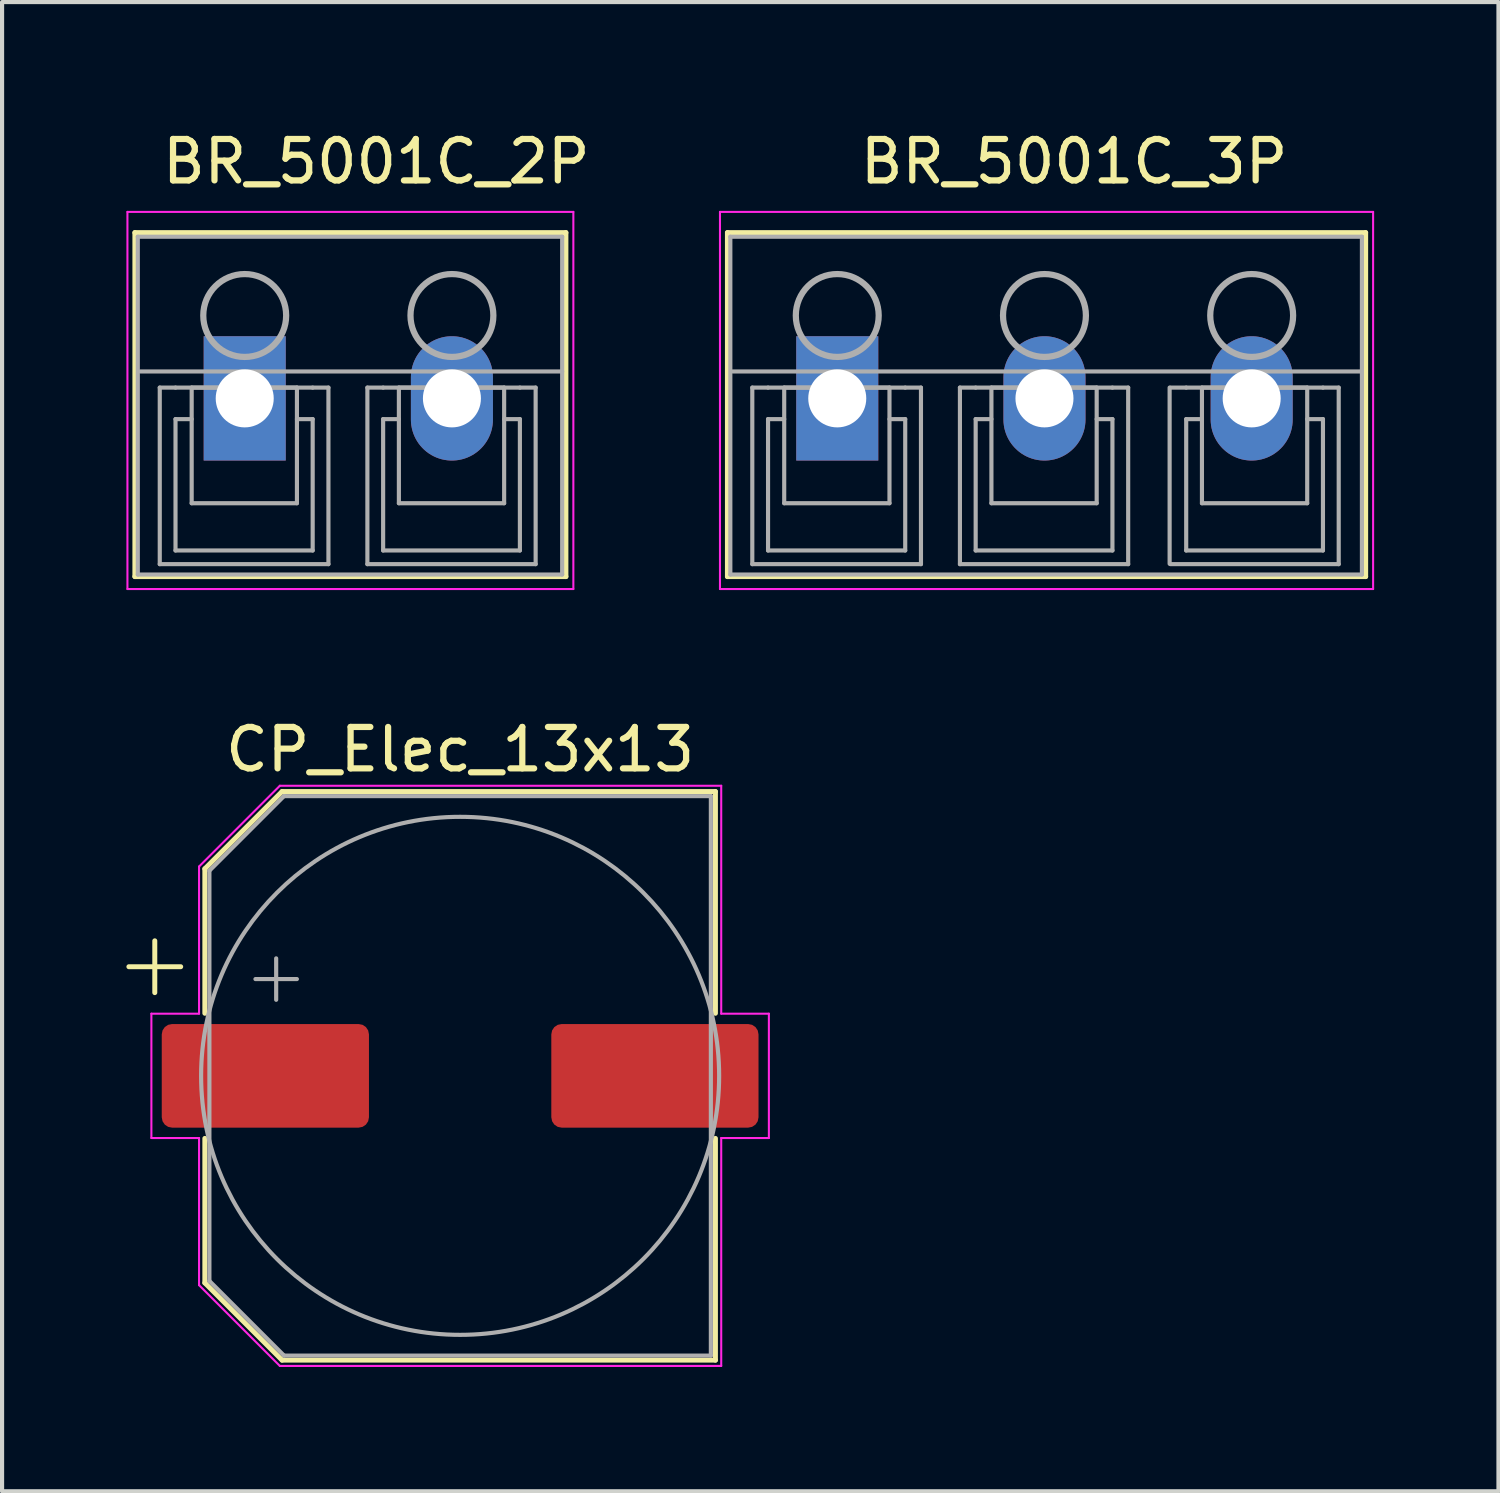
<source format=kicad_pcb>
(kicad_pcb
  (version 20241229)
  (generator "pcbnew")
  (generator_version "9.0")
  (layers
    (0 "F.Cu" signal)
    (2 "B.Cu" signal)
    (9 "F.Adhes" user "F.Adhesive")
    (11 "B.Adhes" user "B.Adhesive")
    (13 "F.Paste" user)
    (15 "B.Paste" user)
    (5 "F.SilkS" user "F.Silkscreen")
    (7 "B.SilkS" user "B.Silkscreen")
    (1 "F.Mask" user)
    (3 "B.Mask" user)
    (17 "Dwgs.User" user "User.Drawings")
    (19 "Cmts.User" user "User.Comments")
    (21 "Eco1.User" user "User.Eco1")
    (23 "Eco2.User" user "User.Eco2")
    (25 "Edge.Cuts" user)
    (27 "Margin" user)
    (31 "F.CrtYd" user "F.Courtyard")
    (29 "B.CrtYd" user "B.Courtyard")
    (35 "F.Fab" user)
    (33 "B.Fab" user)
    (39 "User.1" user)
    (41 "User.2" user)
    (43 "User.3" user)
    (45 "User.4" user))
  (footprint "BR_5001C_2P"
    (layer "F.Cu")
    (at 2.855 6.563)
    (property "Reference" "BR_5001C_2P" (at 3.175 -5.715 0) (layer "F.SilkS") (effects (font (size 1 1) (thickness 0.15))))
    (attr through_hole)
    (fp_line (start -2.65 -4) (end -2.65 4.3) (stroke (width 0.12) (type solid)) (layer "F.SilkS"))
    (fp_line (start -2.65 4.3) (end 7.75 4.3) (stroke (width 0.12) (type solid)) (layer "F.SilkS"))
    (fp_line (start 7.75 -4) (end -2.65 -4) (stroke (width 0.12) (type solid)) (layer "F.SilkS"))
    (fp_line (start 7.75 4.3) (end 7.75 -4) (stroke (width 0.12) (type solid)) (layer "F.SilkS"))
    (fp_line (start -2.83 -4.5) (end -2.83 4.6) (stroke (width 0.05) (type solid)) (layer "F.CrtYd"))
    (fp_line (start -2.83 -4.5) (end 7.93 -4.5) (stroke (width 0.05) (type solid)) (layer "F.CrtYd"))
    (fp_line (start 7.93 4.6) (end -2.83 4.6) (stroke (width 0.05) (type solid)) (layer "F.CrtYd"))
    (fp_line (start 7.93 4.6) (end 7.93 -4.5) (stroke (width 0.05) (type solid)) (layer "F.CrtYd"))
    (fp_line (start -2.58 -3.9) (end 7.66 -3.9) (stroke (width 0.1) (type solid)) (layer "F.Fab"))
    (fp_line (start -2.58 4.25) (end -2.58 -3.9) (stroke (width 0.1) (type solid)) (layer "F.Fab"))
    (fp_line (start -2.58 4.25) (end 7.66 4.25) (stroke (width 0.1) (type solid)) (layer "F.Fab"))
    (fp_line (start -2.05 -0.26) (end -2.05 4) (stroke (width 0.1) (type solid)) (layer "F.Fab"))
    (fp_line (start -2.05 -0.26) (end -1.67 -0.26) (stroke (width 0.1) (type solid)) (layer "F.Fab"))
    (fp_line (start -1.67 0.5) (end -1.28 0.5) (stroke (width 0.1) (type solid)) (layer "F.Fab"))
    (fp_line (start -1.67 3.67) (end -1.67 0.5) (stroke (width 0.1) (type solid)) (layer "F.Fab"))
    (fp_line (start -1.28 -0.26) (end 1.26 -0.26) (stroke (width 0.1) (type solid)) (layer "F.Fab"))
    (fp_line (start -1.28 2.53) (end -1.28 -0.26) (stroke (width 0.1) (type solid)) (layer "F.Fab"))
    (fp_line (start -1.28 2.53) (end 1.26 2.53) (stroke (width 0.1) (type solid)) (layer "F.Fab"))
    (fp_line (start 1.26 2.53) (end 1.26 -0.26) (stroke (width 0.1) (type solid)) (layer "F.Fab"))
    (fp_line (start 1.64 -0.26) (end -1.67 -0.26) (stroke (width 0.1) (type solid)) (layer "F.Fab"))
    (fp_line (start 1.64 0.5) (end 1.26 0.5) (stroke (width 0.1) (type solid)) (layer "F.Fab"))
    (fp_line (start 1.64 3.67) (end -1.67 3.67) (stroke (width 0.1) (type solid)) (layer "F.Fab"))
    (fp_line (start 1.64 3.67) (end 1.64 0.5) (stroke (width 0.1) (type solid)) (layer "F.Fab"))
    (fp_line (start 2.02 -0.26) (end 1.64 -0.26) (stroke (width 0.1) (type solid)) (layer "F.Fab"))
    (fp_line (start 2.02 4) (end -2.05 4) (stroke (width 0.1) (type solid)) (layer "F.Fab"))
    (fp_line (start 2.02 4) (end 2.02 -0.26) (stroke (width 0.1) (type solid)) (layer "F.Fab"))
    (fp_line (start 2.96 -0.26) (end 3.34 -0.26) (stroke (width 0.1) (type solid)) (layer "F.Fab"))
    (fp_line (start 2.96 4) (end 2.96 -0.26) (stroke (width 0.1) (type solid)) (layer "F.Fab"))
    (fp_line (start 2.96 4) (end 7.02 4) (stroke (width 0.1) (type solid)) (layer "F.Fab"))
    (fp_line (start 3.34 -0.26) (end 6.64 -0.26) (stroke (width 0.1) (type solid)) (layer "F.Fab"))
    (fp_line (start 3.34 0.5) (end 3.72 0.5) (stroke (width 0.1) (type solid)) (layer "F.Fab"))
    (fp_line (start 3.34 3.67) (end 3.34 0.5) (stroke (width 0.1) (type solid)) (layer "F.Fab"))
    (fp_line (start 3.72 -0.26) (end 6.26 -0.26) (stroke (width 0.1) (type solid)) (layer "F.Fab"))
    (fp_line (start 3.72 2.53) (end 3.72 -0.26) (stroke (width 0.1) (type solid)) (layer "F.Fab"))
    (fp_line (start 3.72 2.53) (end 6.26 2.53) (stroke (width 0.1) (type solid)) (layer "F.Fab"))
    (fp_line (start 6.26 2.53) (end 6.26 -0.26) (stroke (width 0.1) (type solid)) (layer "F.Fab"))
    (fp_line (start 6.64 0.5) (end 6.26 0.5) (stroke (width 0.1) (type solid)) (layer "F.Fab"))
    (fp_line (start 6.64 3.67) (end 3.34 3.67) (stroke (width 0.1) (type solid)) (layer "F.Fab"))
    (fp_line (start 6.64 3.67) (end 6.64 0.5) (stroke (width 0.1) (type solid)) (layer "F.Fab"))
    (fp_line (start 7.02 -0.26) (end 6.64 -0.26) (stroke (width 0.1) (type solid)) (layer "F.Fab"))
    (fp_line (start 7.02 -0.26) (end 7.02 4) (stroke (width 0.1) (type solid)) (layer "F.Fab"))
    (fp_line (start 7.66 -3.9) (end 7.66 4.25) (stroke (width 0.1) (type solid)) (layer "F.Fab"))
    (fp_line (start 7.66 -0.65) (end -2.52 -0.65) (stroke (width 0.1) (type solid)) (layer "F.Fab"))
    (fp_circle (center 0 -2) (end 1 -2) (stroke (width 0.15) (type solid)) (fill no) (layer "F.Fab"))
    (fp_circle (center 5 -2) (end 6 -2) (stroke (width 0.15) (type solid)) (fill no) (layer "F.Fab"))
    (pad "1" thru_hole rect (at 0 0) (size 1.98 3) (drill 1.4) (layers "*.Cu" "*.Mask"))
    (pad "2" thru_hole oval (at 5 0) (size 1.98 3) (drill 1.4) (layers "*.Cu" "*.Mask")))
  (footprint "CP_Elec_13x13"
    (layer "F.Cu")
    (at 8.053 22.91)
    (property "Reference" "CP_Elec_13x13" (at 0 -7.874 0) (layer "F.SilkS") (effects (font (size 1 1) (thickness 0.15))))
    (attr smd)
    (fp_line (start -7.993 -2.633) (end -6.743 -2.633) (stroke (width 0.12) (type solid)) (layer "F.SilkS"))
    (fp_line (start -7.368 -3.258) (end -7.368 -2.008) (stroke (width 0.12) (type solid)) (layer "F.SilkS"))
    (fp_line (start -6.16 -4.996) (end -6.16 -1.51) (stroke (width 0.12) (type solid)) (layer "F.SilkS"))
    (fp_line (start -6.16 -4.996) (end -4.296 -6.86) (stroke (width 0.12) (type solid)) (layer "F.SilkS"))
    (fp_line (start -6.16 4.996) (end -6.16 1.51) (stroke (width 0.12) (type solid)) (layer "F.SilkS"))
    (fp_line (start -6.16 4.996) (end -4.296 6.86) (stroke (width 0.12) (type solid)) (layer "F.SilkS"))
    (fp_line (start -4.296 -6.86) (end 6.16 -6.86) (stroke (width 0.12) (type solid)) (layer "F.SilkS"))
    (fp_line (start -4.296 6.86) (end 6.16 6.86) (stroke (width 0.12) (type solid)) (layer "F.SilkS"))
    (fp_line (start 6.16 -6.86) (end 6.16 -1.51) (stroke (width 0.12) (type solid)) (layer "F.SilkS"))
    (fp_line (start 6.16 6.86) (end 6.16 1.51) (stroke (width 0.12) (type solid)) (layer "F.SilkS"))
    (fp_line (start -7.45 -1.5) (end -7.45 1.5) (stroke (width 0.05) (type solid)) (layer "F.CrtYd"))
    (fp_line (start -7.45 1.5) (end -6.3 1.5) (stroke (width 0.05) (type solid)) (layer "F.CrtYd"))
    (fp_line (start -6.3 -5.05) (end -6.3 -1.5) (stroke (width 0.05) (type solid)) (layer "F.CrtYd"))
    (fp_line (start -6.3 -5.05) (end -4.35 -7) (stroke (width 0.05) (type solid)) (layer "F.CrtYd"))
    (fp_line (start -6.3 -1.5) (end -7.45 -1.5) (stroke (width 0.05) (type solid)) (layer "F.CrtYd"))
    (fp_line (start -6.3 1.5) (end -6.3 5.05) (stroke (width 0.05) (type solid)) (layer "F.CrtYd"))
    (fp_line (start -6.3 5.05) (end -4.35 7) (stroke (width 0.05) (type solid)) (layer "F.CrtYd"))
    (fp_line (start -4.35 -7) (end 6.3 -7) (stroke (width 0.05) (type solid)) (layer "F.CrtYd"))
    (fp_line (start -4.35 7) (end 6.3 7) (stroke (width 0.05) (type solid)) (layer "F.CrtYd"))
    (fp_line (start 6.3 -7) (end 6.3 -1.5) (stroke (width 0.05) (type solid)) (layer "F.CrtYd"))
    (fp_line (start 6.3 -1.5) (end 7.45 -1.5) (stroke (width 0.05) (type solid)) (layer "F.CrtYd"))
    (fp_line (start 6.3 1.5) (end 6.3 7) (stroke (width 0.05) (type solid)) (layer "F.CrtYd"))
    (fp_line (start 7.45 -1.5) (end 7.45 1.5) (stroke (width 0.05) (type solid)) (layer "F.CrtYd"))
    (fp_line (start 7.45 1.5) (end 6.3 1.5) (stroke (width 0.05) (type solid)) (layer "F.CrtYd"))
    (fp_line (start -6.05 -4.95) (end -6.05 4.95) (stroke (width 0.1) (type solid)) (layer "F.Fab"))
    (fp_line (start -6.05 -4.95) (end -4.25 -6.75) (stroke (width 0.1) (type solid)) (layer "F.Fab"))
    (fp_line (start -6.05 4.95) (end -4.25 6.75) (stroke (width 0.1) (type solid)) (layer "F.Fab"))
    (fp_line (start -4.939 -2.335) (end -3.939 -2.335) (stroke (width 0.1) (type solid)) (layer "F.Fab"))
    (fp_line (start -4.439 -2.835) (end -4.439 -1.835) (stroke (width 0.1) (type solid)) (layer "F.Fab"))
    (fp_line (start -4.25 -6.75) (end 6.05 -6.75) (stroke (width 0.1) (type solid)) (layer "F.Fab"))
    (fp_line (start -4.25 6.75) (end 6.05 6.75) (stroke (width 0.1) (type solid)) (layer "F.Fab"))
    (fp_line (start 6.05 -6.75) (end 6.05 6.75) (stroke (width 0.1) (type solid)) (layer "F.Fab"))
    (fp_circle (center 0 0) (end 6.25 0) (stroke (width 0.1) (type solid)) (fill no) (layer "F.Fab"))
    (pad "1" smd roundrect (at -4.7 0) (size 5 2.5) (layers "F.Cu" "F.Mask" "F.Paste") (roundrect_rratio 0.1))
    (pad "2" smd roundrect (at 4.7 0) (size 5 2.5) (layers "F.Cu" "F.Mask" "F.Paste") (roundrect_rratio 0.1)))
  (footprint "BR_5001C_3P"
    (layer "F.Cu")
    (at 17.153 6.563)
    (property "Reference" "BR_5001C_3P" (at 5.715 -5.715 0) (layer "F.SilkS") (effects (font (size 1 1) (thickness 0.15))))
    (attr through_hole)
    (fp_line (start -2.65 -4) (end -2.65 4.3) (stroke (width 0.12) (type solid)) (layer "F.SilkS"))
    (fp_line (start -2.65 4.3) (end 12.75 4.3) (stroke (width 0.12) (type solid)) (layer "F.SilkS"))
    (fp_line (start 12.75 -4) (end -2.65 -4) (stroke (width 0.12) (type solid)) (layer "F.SilkS"))
    (fp_line (start 12.75 4.3) (end 12.75 -4) (stroke (width 0.12) (type solid)) (layer "F.SilkS"))
    (fp_line (start -2.83 -4.5) (end -2.83 4.6) (stroke (width 0.05) (type solid)) (layer "F.CrtYd"))
    (fp_line (start -2.83 -4.5) (end 12.93 -4.5) (stroke (width 0.05) (type solid)) (layer "F.CrtYd"))
    (fp_line (start 12.93 4.6) (end -2.83 4.6) (stroke (width 0.05) (type solid)) (layer "F.CrtYd"))
    (fp_line (start 12.93 4.6) (end 12.93 -4.5) (stroke (width 0.05) (type solid)) (layer "F.CrtYd"))
    (fp_line (start -2.58 -3.9) (end 12.66 -3.9) (stroke (width 0.1) (type solid)) (layer "F.Fab"))
    (fp_line (start -2.58 4.25) (end -2.58 -3.9) (stroke (width 0.1) (type solid)) (layer "F.Fab"))
    (fp_line (start -2.58 4.25) (end 12.66 4.25) (stroke (width 0.1) (type solid)) (layer "F.Fab"))
    (fp_line (start -2.05 -0.26) (end -2.05 4) (stroke (width 0.1) (type solid)) (layer "F.Fab"))
    (fp_line (start -2.05 -0.26) (end -1.67 -0.26) (stroke (width 0.1) (type solid)) (layer "F.Fab"))
    (fp_line (start -1.67 0.5) (end -1.28 0.5) (stroke (width 0.1) (type solid)) (layer "F.Fab"))
    (fp_line (start -1.67 3.67) (end -1.67 0.5) (stroke (width 0.1) (type solid)) (layer "F.Fab"))
    (fp_line (start -1.28 -0.26) (end 1.26 -0.26) (stroke (width 0.1) (type solid)) (layer "F.Fab"))
    (fp_line (start -1.28 2.53) (end -1.28 -0.26) (stroke (width 0.1) (type solid)) (layer "F.Fab"))
    (fp_line (start -1.28 2.53) (end 1.26 2.53) (stroke (width 0.1) (type solid)) (layer "F.Fab"))
    (fp_line (start 1.26 2.53) (end 1.26 -0.26) (stroke (width 0.1) (type solid)) (layer "F.Fab"))
    (fp_line (start 1.64 -0.26) (end -1.67 -0.26) (stroke (width 0.1) (type solid)) (layer "F.Fab"))
    (fp_line (start 1.64 0.5) (end 1.26 0.5) (stroke (width 0.1) (type solid)) (layer "F.Fab"))
    (fp_line (start 1.64 3.67) (end -1.67 3.67) (stroke (width 0.1) (type solid)) (layer "F.Fab"))
    (fp_line (start 1.64 3.67) (end 1.64 0.5) (stroke (width 0.1) (type solid)) (layer "F.Fab"))
    (fp_line (start 2.02 -0.26) (end 1.64 -0.26) (stroke (width 0.1) (type solid)) (layer "F.Fab"))
    (fp_line (start 2.02 4) (end -2.05 4) (stroke (width 0.1) (type solid)) (layer "F.Fab"))
    (fp_line (start 2.02 4) (end 2.02 -0.26) (stroke (width 0.1) (type solid)) (layer "F.Fab"))
    (fp_line (start 2.96 -0.26) (end 3.34 -0.26) (stroke (width 0.1) (type solid)) (layer "F.Fab"))
    (fp_line (start 2.96 4) (end 2.96 -0.26) (stroke (width 0.1) (type solid)) (layer "F.Fab"))
    (fp_line (start 2.96 4) (end 7.02 4) (stroke (width 0.1) (type solid)) (layer "F.Fab"))
    (fp_line (start 3.34 -0.26) (end 6.64 -0.26) (stroke (width 0.1) (type solid)) (layer "F.Fab"))
    (fp_line (start 3.34 0.5) (end 3.72 0.5) (stroke (width 0.1) (type solid)) (layer "F.Fab"))
    (fp_line (start 3.34 3.67) (end 3.34 0.5) (stroke (width 0.1) (type solid)) (layer "F.Fab"))
    (fp_line (start 3.72 -0.26) (end 6.26 -0.26) (stroke (width 0.1) (type solid)) (layer "F.Fab"))
    (fp_line (start 3.72 2.53) (end 3.72 -0.26) (stroke (width 0.1) (type solid)) (layer "F.Fab"))
    (fp_line (start 3.72 2.53) (end 6.26 2.53) (stroke (width 0.1) (type solid)) (layer "F.Fab"))
    (fp_line (start 6.26 2.53) (end 6.26 -0.26) (stroke (width 0.1) (type solid)) (layer "F.Fab"))
    (fp_line (start 6.64 0.5) (end 6.26 0.5) (stroke (width 0.1) (type solid)) (layer "F.Fab"))
    (fp_line (start 6.64 3.67) (end 3.34 3.67) (stroke (width 0.1) (type solid)) (layer "F.Fab"))
    (fp_line (start 6.64 3.67) (end 6.64 0.5) (stroke (width 0.1) (type solid)) (layer "F.Fab"))
    (fp_line (start 7.02 -0.26) (end 6.64 -0.26) (stroke (width 0.1) (type solid)) (layer "F.Fab"))
    (fp_line (start 7.02 -0.26) (end 7.02 4) (stroke (width 0.1) (type solid)) (layer "F.Fab"))
    (fp_line (start 8.02 3.99) (end 8.02 -0.26) (stroke (width 0.1) (type solid)) (layer "F.Fab"))
    (fp_line (start 8.04 -0.26) (end 8.42 -0.26) (stroke (width 0.1) (type solid)) (layer "F.Fab"))
    (fp_line (start 8.04 4) (end 12.1 4) (stroke (width 0.1) (type solid)) (layer "F.Fab"))
    (fp_line (start 8.42 -0.26) (end 11.72 -0.26) (stroke (width 0.1) (type solid)) (layer "F.Fab"))
    (fp_line (start 8.42 0.5) (end 8.8 0.5) (stroke (width 0.1) (type solid)) (layer "F.Fab"))
    (fp_line (start 8.42 3.67) (end 8.42 0.5) (stroke (width 0.1) (type solid)) (layer "F.Fab"))
    (fp_line (start 8.8 -0.26) (end 11.34 -0.26) (stroke (width 0.1) (type solid)) (layer "F.Fab"))
    (fp_line (start 8.8 2.53) (end 8.8 -0.26) (stroke (width 0.1) (type solid)) (layer "F.Fab"))
    (fp_line (start 8.8 2.53) (end 11.34 2.53) (stroke (width 0.1) (type solid)) (layer "F.Fab"))
    (fp_line (start 11.34 2.53) (end 11.34 -0.26) (stroke (width 0.1) (type solid)) (layer "F.Fab"))
    (fp_line (start 11.72 0.5) (end 11.34 0.5) (stroke (width 0.1) (type solid)) (layer "F.Fab"))
    (fp_line (start 11.72 3.67) (end 8.42 3.67) (stroke (width 0.1) (type solid)) (layer "F.Fab"))
    (fp_line (start 11.72 3.67) (end 11.72 0.5) (stroke (width 0.1) (type solid)) (layer "F.Fab"))
    (fp_line (start 12.1 -0.26) (end 11.72 -0.26) (stroke (width 0.1) (type solid)) (layer "F.Fab"))
    (fp_line (start 12.1 -0.26) (end 12.1 4) (stroke (width 0.1) (type solid)) (layer "F.Fab"))
    (fp_line (start 12.66 -3.9) (end 12.66 4.25) (stroke (width 0.1) (type solid)) (layer "F.Fab"))
    (fp_line (start 12.66 -0.65) (end -2.52 -0.65) (stroke (width 0.1) (type solid)) (layer "F.Fab"))
    (fp_circle (center 0 -2) (end 1 -2) (stroke (width 0.15) (type solid)) (fill no) (layer "F.Fab"))
    (fp_circle (center 5 -2) (end 6 -2) (stroke (width 0.15) (type solid)) (fill no) (layer "F.Fab"))
    (fp_circle (center 10 -2) (end 11 -2) (stroke (width 0.15) (type solid)) (fill no) (layer "F.Fab"))
    (pad "1" thru_hole rect (at 0 0) (size 1.98 3) (drill 1.4) (layers "*.Cu" "*.Mask"))
    (pad "2" thru_hole oval (at 5 0) (size 1.98 3) (drill 1.4) (layers "*.Cu" "*.Mask"))
    (pad "3" thru_hole oval (at 10 0) (size 1.98 3) (drill 1.4) (layers "*.Cu" "*.Mask")))
  (gr_rect
    (start -3 -3)
    (end 33.108 32.935)
    (stroke (width 0.1) (type default))
    (fill no)
    (layer "Edge.Cuts")))
</source>
